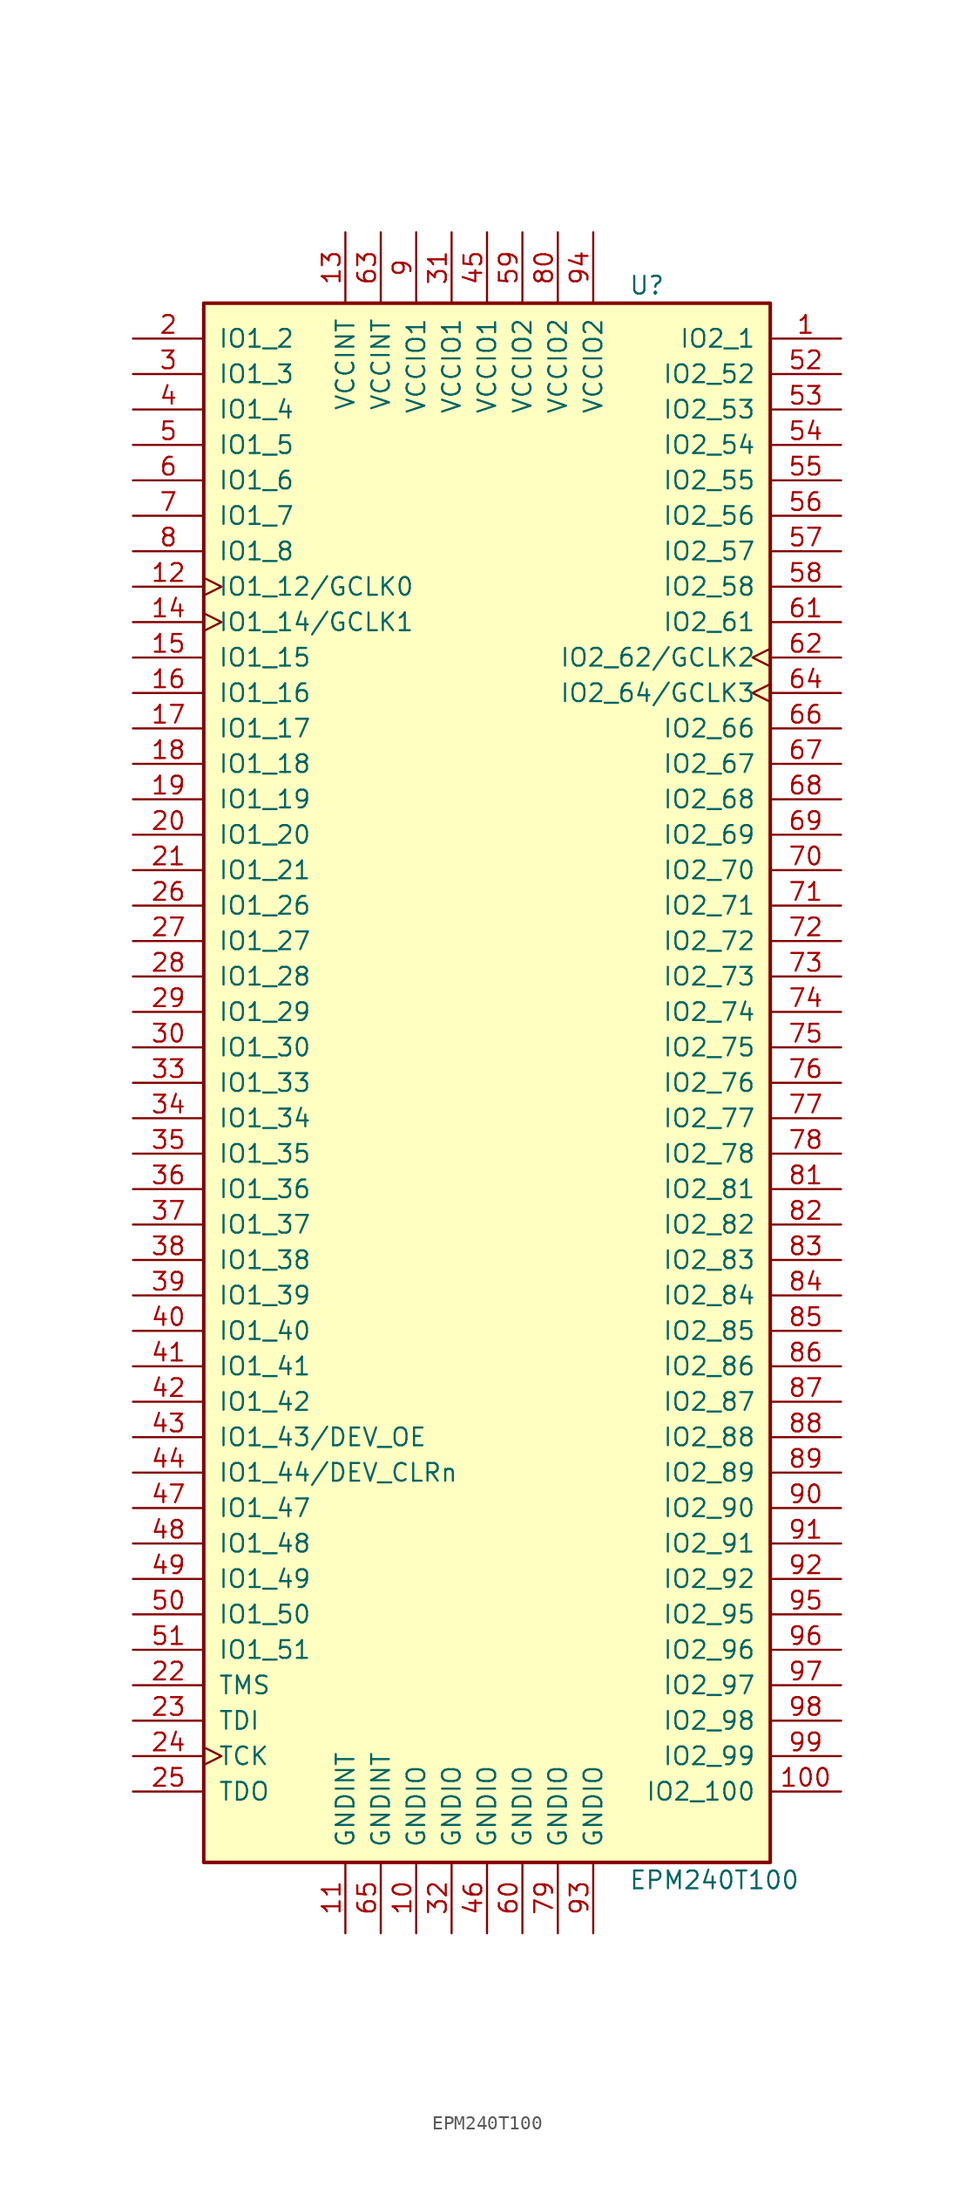
<source format=kicad_sym>
(kicad_symbol_lib
  (version 20241209)
  (generator "kicad_symbol_editor")
  (generator_version "9.0")
  (symbol "EPM240T100"
    (pin_names
      (offset 1.016))
    (property "Reference" "U"
      (at 10.16 57.15 0)
      (effects (font (size 1.27 1.27)) (justify left)))
    (property "Value" "EPM240T100"
      (at 10.16 -57.15 0)
      (effects (font (size 1.27 1.27)) (justify left)))
    (property "ki_locked" ""
      (at 0 0 0)
      (effects (font (size 1.27 1.27))))
    (symbol "EPM240T100_1_1"
      (rectangle (start -20.32 55.88) (end 20.32 -55.88) (stroke (width 0.254) (type default)) (fill (type background)))
      (pin bidirectional line (at -25.4 53.34 0) (length 5.08) (name "IO1_2" (effects (font (size 1.27 1.27)))) (number "2" (effects (font (size 1.27 1.27)))))
      (pin bidirectional line (at -25.4 50.8 0) (length 5.08) (name "IO1_3" (effects (font (size 1.27 1.27)))) (number "3" (effects (font (size 1.27 1.27)))))
      (pin bidirectional line (at -25.4 48.26 0) (length 5.08) (name "IO1_4" (effects (font (size 1.27 1.27)))) (number "4" (effects (font (size 1.27 1.27)))))
      (pin bidirectional line (at -25.4 45.72 0) (length 5.08) (name "IO1_5" (effects (font (size 1.27 1.27)))) (number "5" (effects (font (size 1.27 1.27)))))
      (pin bidirectional line (at -25.4 43.18 0) (length 5.08) (name "IO1_6" (effects (font (size 1.27 1.27)))) (number "6" (effects (font (size 1.27 1.27)))))
      (pin bidirectional line (at -25.4 40.64 0) (length 5.08) (name "IO1_7" (effects (font (size 1.27 1.27)))) (number "7" (effects (font (size 1.27 1.27)))))
      (pin bidirectional line (at -25.4 38.1 0) (length 5.08) (name "IO1_8" (effects (font (size 1.27 1.27)))) (number "8" (effects (font (size 1.27 1.27)))))
      (pin bidirectional clock (at -25.4 35.56 0) (length 5.08) (name "IO1_12/GCLK0" (effects (font (size 1.27 1.27)))) (number "12" (effects (font (size 1.27 1.27)))))
      (pin bidirectional clock (at -25.4 33.02 0) (length 5.08) (name "IO1_14/GCLK1" (effects (font (size 1.27 1.27)))) (number "14" (effects (font (size 1.27 1.27)))))
      (pin bidirectional line (at -25.4 30.48 0) (length 5.08) (name "IO1_15" (effects (font (size 1.27 1.27)))) (number "15" (effects (font (size 1.27 1.27)))))
      (pin bidirectional line (at -25.4 27.94 0) (length 5.08) (name "IO1_16" (effects (font (size 1.27 1.27)))) (number "16" (effects (font (size 1.27 1.27)))))
      (pin bidirectional line (at -25.4 25.4 0) (length 5.08) (name "IO1_17" (effects (font (size 1.27 1.27)))) (number "17" (effects (font (size 1.27 1.27)))))
      (pin bidirectional line (at -25.4 22.86 0) (length 5.08) (name "IO1_18" (effects (font (size 1.27 1.27)))) (number "18" (effects (font (size 1.27 1.27)))))
      (pin bidirectional line (at -25.4 20.32 0) (length 5.08) (name "IO1_19" (effects (font (size 1.27 1.27)))) (number "19" (effects (font (size 1.27 1.27)))))
      (pin bidirectional line (at -25.4 17.78 0) (length 5.08) (name "IO1_20" (effects (font (size 1.27 1.27)))) (number "20" (effects (font (size 1.27 1.27)))))
      (pin bidirectional line (at -25.4 15.24 0) (length 5.08) (name "IO1_21" (effects (font (size 1.27 1.27)))) (number "21" (effects (font (size 1.27 1.27)))))
      (pin bidirectional line (at -25.4 12.7 0) (length 5.08) (name "IO1_26" (effects (font (size 1.27 1.27)))) (number "26" (effects (font (size 1.27 1.27)))))
      (pin bidirectional line (at -25.4 10.16 0) (length 5.08) (name "IO1_27" (effects (font (size 1.27 1.27)))) (number "27" (effects (font (size 1.27 1.27)))))
      (pin bidirectional line (at -25.4 7.62 0) (length 5.08) (name "IO1_28" (effects (font (size 1.27 1.27)))) (number "28" (effects (font (size 1.27 1.27)))))
      (pin bidirectional line (at -25.4 5.08 0) (length 5.08) (name "IO1_29" (effects (font (size 1.27 1.27)))) (number "29" (effects (font (size 1.27 1.27)))))
      (pin bidirectional line (at -25.4 2.54 0) (length 5.08) (name "IO1_30" (effects (font (size 1.27 1.27)))) (number "30" (effects (font (size 1.27 1.27)))))
      (pin bidirectional line (at -25.4 0 0) (length 5.08) (name "IO1_33" (effects (font (size 1.27 1.27)))) (number "33" (effects (font (size 1.27 1.27)))))
      (pin bidirectional line (at -25.4 -2.54 0) (length 5.08) (name "IO1_34" (effects (font (size 1.27 1.27)))) (number "34" (effects (font (size 1.27 1.27)))))
      (pin bidirectional line (at -25.4 -5.08 0) (length 5.08) (name "IO1_35" (effects (font (size 1.27 1.27)))) (number "35" (effects (font (size 1.27 1.27)))))
      (pin bidirectional line (at -25.4 -7.62 0) (length 5.08) (name "IO1_36" (effects (font (size 1.27 1.27)))) (number "36" (effects (font (size 1.27 1.27)))))
      (pin bidirectional line (at -25.4 -10.16 0) (length 5.08) (name "IO1_37" (effects (font (size 1.27 1.27)))) (number "37" (effects (font (size 1.27 1.27)))))
      (pin bidirectional line (at -25.4 -12.7 0) (length 5.08) (name "IO1_38" (effects (font (size 1.27 1.27)))) (number "38" (effects (font (size 1.27 1.27)))))
      (pin bidirectional line (at -25.4 -15.24 0) (length 5.08) (name "IO1_39" (effects (font (size 1.27 1.27)))) (number "39" (effects (font (size 1.27 1.27)))))
      (pin bidirectional line (at -25.4 -17.78 0) (length 5.08) (name "IO1_40" (effects (font (size 1.27 1.27)))) (number "40" (effects (font (size 1.27 1.27)))))
      (pin bidirectional line (at -25.4 -20.32 0) (length 5.08) (name "IO1_41" (effects (font (size 1.27 1.27)))) (number "41" (effects (font (size 1.27 1.27)))))
      (pin bidirectional line (at -25.4 -22.86 0) (length 5.08) (name "IO1_42" (effects (font (size 1.27 1.27)))) (number "42" (effects (font (size 1.27 1.27)))))
      (pin bidirectional line (at -25.4 -25.4 0) (length 5.08) (name "IO1_43/DEV_OE" (effects (font (size 1.27 1.27)))) (number "43" (effects (font (size 1.27 1.27)))))
      (pin bidirectional line (at -25.4 -27.94 0) (length 5.08) (name "IO1_44/DEV_CLRn" (effects (font (size 1.27 1.27)))) (number "44" (effects (font (size 1.27 1.27)))))
      (pin bidirectional line (at -25.4 -30.48 0) (length 5.08) (name "IO1_47" (effects (font (size 1.27 1.27)))) (number "47" (effects (font (size 1.27 1.27)))))
      (pin bidirectional line (at -25.4 -33.02 0) (length 5.08) (name "IO1_48" (effects (font (size 1.27 1.27)))) (number "48" (effects (font (size 1.27 1.27)))))
      (pin bidirectional line (at -25.4 -35.56 0) (length 5.08) (name "IO1_49" (effects (font (size 1.27 1.27)))) (number "49" (effects (font (size 1.27 1.27)))))
      (pin bidirectional line (at -25.4 -38.1 0) (length 5.08) (name "IO1_50" (effects (font (size 1.27 1.27)))) (number "50" (effects (font (size 1.27 1.27)))))
      (pin bidirectional line (at -25.4 -40.64 0) (length 5.08) (name "IO1_51" (effects (font (size 1.27 1.27)))) (number "51" (effects (font (size 1.27 1.27)))))
      (pin input line (at -25.4 -43.18 0) (length 5.08) (name "TMS" (effects (font (size 1.27 1.27)))) (number "22" (effects (font (size 1.27 1.27)))))
      (pin input line (at -25.4 -45.72 0) (length 5.08) (name "TDI" (effects (font (size 1.27 1.27)))) (number "23" (effects (font (size 1.27 1.27)))))
      (pin input clock (at -25.4 -48.26 0) (length 5.08) (name "TCK" (effects (font (size 1.27 1.27)))) (number "24" (effects (font (size 1.27 1.27)))))
      (pin output line (at -25.4 -50.8 0) (length 5.08) (name "TDO" (effects (font (size 1.27 1.27)))) (number "25" (effects (font (size 1.27 1.27)))))
      (pin power_in line (at -10.16 60.96 270) (length 5.08) (name "VCCINT" (effects (font (size 1.27 1.27)))) (number "13" (effects (font (size 1.27 1.27)))))
      (pin power_in line (at -10.16 -60.96 90) (length 5.08) (name "GNDINT" (effects (font (size 1.27 1.27)))) (number "11" (effects (font (size 1.27 1.27)))))
      (pin power_in line (at -7.62 60.96 270) (length 5.08) (name "VCCINT" (effects (font (size 1.27 1.27)))) (number "63" (effects (font (size 1.27 1.27)))))
      (pin power_in line (at -7.62 -60.96 90) (length 5.08) (name "GNDINT" (effects (font (size 1.27 1.27)))) (number "65" (effects (font (size 1.27 1.27)))))
      (pin power_in line (at -5.08 60.96 270) (length 5.08) (name "VCCIO1" (effects (font (size 1.27 1.27)))) (number "9" (effects (font (size 1.27 1.27)))))
      (pin power_in line (at -5.08 -60.96 90) (length 5.08) (name "GNDIO" (effects (font (size 1.27 1.27)))) (number "10" (effects (font (size 1.27 1.27)))))
      (pin power_in line (at -2.54 60.96 270) (length 5.08) (name "VCCIO1" (effects (font (size 1.27 1.27)))) (number "31" (effects (font (size 1.27 1.27)))))
      (pin power_in line (at -2.54 -60.96 90) (length 5.08) (name "GNDIO" (effects (font (size 1.27 1.27)))) (number "32" (effects (font (size 1.27 1.27)))))
      (pin power_in line (at 0 60.96 270) (length 5.08) (name "VCCIO1" (effects (font (size 1.27 1.27)))) (number "45" (effects (font (size 1.27 1.27)))))
      (pin power_in line (at 0 -60.96 90) (length 5.08) (name "GNDIO" (effects (font (size 1.27 1.27)))) (number "46" (effects (font (size 1.27 1.27)))))
      (pin power_in line (at 2.54 60.96 270) (length 5.08) (name "VCCIO2" (effects (font (size 1.27 1.27)))) (number "59" (effects (font (size 1.27 1.27)))))
      (pin power_in line (at 2.54 -60.96 90) (length 5.08) (name "GNDIO" (effects (font (size 1.27 1.27)))) (number "60" (effects (font (size 1.27 1.27)))))
      (pin power_in line (at 5.08 60.96 270) (length 5.08) (name "VCCIO2" (effects (font (size 1.27 1.27)))) (number "80" (effects (font (size 1.27 1.27)))))
      (pin power_in line (at 5.08 -60.96 90) (length 5.08) (name "GNDIO" (effects (font (size 1.27 1.27)))) (number "79" (effects (font (size 1.27 1.27)))))
      (pin power_in line (at 7.62 60.96 270) (length 5.08) (name "VCCIO2" (effects (font (size 1.27 1.27)))) (number "94" (effects (font (size 1.27 1.27)))))
      (pin power_in line (at 7.62 -60.96 90) (length 5.08) (name "GNDIO" (effects (font (size 1.27 1.27)))) (number "93" (effects (font (size 1.27 1.27)))))
      (pin bidirectional line (at 25.4 53.34 180) (length 5.08) (name "IO2_1" (effects (font (size 1.27 1.27)))) (number "1" (effects (font (size 1.27 1.27)))))
      (pin bidirectional line (at 25.4 50.8 180) (length 5.08) (name "IO2_52" (effects (font (size 1.27 1.27)))) (number "52" (effects (font (size 1.27 1.27)))))
      (pin bidirectional line (at 25.4 48.26 180) (length 5.08) (name "IO2_53" (effects (font (size 1.27 1.27)))) (number "53" (effects (font (size 1.27 1.27)))))
      (pin bidirectional line (at 25.4 45.72 180) (length 5.08) (name "IO2_54" (effects (font (size 1.27 1.27)))) (number "54" (effects (font (size 1.27 1.27)))))
      (pin bidirectional line (at 25.4 43.18 180) (length 5.08) (name "IO2_55" (effects (font (size 1.27 1.27)))) (number "55" (effects (font (size 1.27 1.27)))))
      (pin bidirectional line (at 25.4 40.64 180) (length 5.08) (name "IO2_56" (effects (font (size 1.27 1.27)))) (number "56" (effects (font (size 1.27 1.27)))))
      (pin bidirectional line (at 25.4 38.1 180) (length 5.08) (name "IO2_57" (effects (font (size 1.27 1.27)))) (number "57" (effects (font (size 1.27 1.27)))))
      (pin bidirectional line (at 25.4 35.56 180) (length 5.08) (name "IO2_58" (effects (font (size 1.27 1.27)))) (number "58" (effects (font (size 1.27 1.27)))))
      (pin bidirectional line (at 25.4 33.02 180) (length 5.08) (name "IO2_61" (effects (font (size 1.27 1.27)))) (number "61" (effects (font (size 1.27 1.27)))))
      (pin bidirectional clock (at 25.4 30.48 180) (length 5.08) (name "IO2_62/GCLK2" (effects (font (size 1.27 1.27)))) (number "62" (effects (font (size 1.27 1.27)))))
      (pin bidirectional clock (at 25.4 27.94 180) (length 5.08) (name "IO2_64/GCLK3" (effects (font (size 1.27 1.27)))) (number "64" (effects (font (size 1.27 1.27)))))
      (pin bidirectional line (at 25.4 25.4 180) (length 5.08) (name "IO2_66" (effects (font (size 1.27 1.27)))) (number "66" (effects (font (size 1.27 1.27)))))
      (pin bidirectional line (at 25.4 22.86 180) (length 5.08) (name "IO2_67" (effects (font (size 1.27 1.27)))) (number "67" (effects (font (size 1.27 1.27)))))
      (pin bidirectional line (at 25.4 20.32 180) (length 5.08) (name "IO2_68" (effects (font (size 1.27 1.27)))) (number "68" (effects (font (size 1.27 1.27)))))
      (pin bidirectional line (at 25.4 17.78 180) (length 5.08) (name "IO2_69" (effects (font (size 1.27 1.27)))) (number "69" (effects (font (size 1.27 1.27)))))
      (pin bidirectional line (at 25.4 15.24 180) (length 5.08) (name "IO2_70" (effects (font (size 1.27 1.27)))) (number "70" (effects (font (size 1.27 1.27)))))
      (pin bidirectional line (at 25.4 12.7 180) (length 5.08) (name "IO2_71" (effects (font (size 1.27 1.27)))) (number "71" (effects (font (size 1.27 1.27)))))
      (pin bidirectional line (at 25.4 10.16 180) (length 5.08) (name "IO2_72" (effects (font (size 1.27 1.27)))) (number "72" (effects (font (size 1.27 1.27)))))
      (pin bidirectional line (at 25.4 7.62 180) (length 5.08) (name "IO2_73" (effects (font (size 1.27 1.27)))) (number "73" (effects (font (size 1.27 1.27)))))
      (pin bidirectional line (at 25.4 5.08 180) (length 5.08) (name "IO2_74" (effects (font (size 1.27 1.27)))) (number "74" (effects (font (size 1.27 1.27)))))
      (pin bidirectional line (at 25.4 2.54 180) (length 5.08) (name "IO2_75" (effects (font (size 1.27 1.27)))) (number "75" (effects (font (size 1.27 1.27)))))
      (pin bidirectional line (at 25.4 0 180) (length 5.08) (name "IO2_76" (effects (font (size 1.27 1.27)))) (number "76" (effects (font (size 1.27 1.27)))))
      (pin bidirectional line (at 25.4 -2.54 180) (length 5.08) (name "IO2_77" (effects (font (size 1.27 1.27)))) (number "77" (effects (font (size 1.27 1.27)))))
      (pin bidirectional line (at 25.4 -5.08 180) (length 5.08) (name "IO2_78" (effects (font (size 1.27 1.27)))) (number "78" (effects (font (size 1.27 1.27)))))
      (pin bidirectional line (at 25.4 -7.62 180) (length 5.08) (name "IO2_81" (effects (font (size 1.27 1.27)))) (number "81" (effects (font (size 1.27 1.27)))))
      (pin bidirectional line (at 25.4 -10.16 180) (length 5.08) (name "IO2_82" (effects (font (size 1.27 1.27)))) (number "82" (effects (font (size 1.27 1.27)))))
      (pin bidirectional line (at 25.4 -12.7 180) (length 5.08) (name "IO2_83" (effects (font (size 1.27 1.27)))) (number "83" (effects (font (size 1.27 1.27)))))
      (pin bidirectional line (at 25.4 -15.24 180) (length 5.08) (name "IO2_84" (effects (font (size 1.27 1.27)))) (number "84" (effects (font (size 1.27 1.27)))))
      (pin bidirectional line (at 25.4 -17.78 180) (length 5.08) (name "IO2_85" (effects (font (size 1.27 1.27)))) (number "85" (effects (font (size 1.27 1.27)))))
      (pin bidirectional line (at 25.4 -20.32 180) (length 5.08) (name "IO2_86" (effects (font (size 1.27 1.27)))) (number "86" (effects (font (size 1.27 1.27)))))
      (pin bidirectional line (at 25.4 -22.86 180) (length 5.08) (name "IO2_87" (effects (font (size 1.27 1.27)))) (number "87" (effects (font (size 1.27 1.27)))))
      (pin bidirectional line (at 25.4 -25.4 180) (length 5.08) (name "IO2_88" (effects (font (size 1.27 1.27)))) (number "88" (effects (font (size 1.27 1.27)))))
      (pin bidirectional line (at 25.4 -27.94 180) (length 5.08) (name "IO2_89" (effects (font (size 1.27 1.27)))) (number "89" (effects (font (size 1.27 1.27)))))
      (pin bidirectional line (at 25.4 -30.48 180) (length 5.08) (name "IO2_90" (effects (font (size 1.27 1.27)))) (number "90" (effects (font (size 1.27 1.27)))))
      (pin bidirectional line (at 25.4 -33.02 180) (length 5.08) (name "IO2_91" (effects (font (size 1.27 1.27)))) (number "91" (effects (font (size 1.27 1.27)))))
      (pin bidirectional line (at 25.4 -35.56 180) (length 5.08) (name "IO2_92" (effects (font (size 1.27 1.27)))) (number "92" (effects (font (size 1.27 1.27)))))
      (pin bidirectional line (at 25.4 -38.1 180) (length 5.08) (name "IO2_95" (effects (font (size 1.27 1.27)))) (number "95" (effects (font (size 1.27 1.27)))))
      (pin bidirectional line (at 25.4 -40.64 180) (length 5.08) (name "IO2_96" (effects (font (size 1.27 1.27)))) (number "96" (effects (font (size 1.27 1.27)))))
      (pin bidirectional line (at 25.4 -43.18 180) (length 5.08) (name "IO2_97" (effects (font (size 1.27 1.27)))) (number "97" (effects (font (size 1.27 1.27)))))
      (pin bidirectional line (at 25.4 -45.72 180) (length 5.08) (name "IO2_98" (effects (font (size 1.27 1.27)))) (number "98" (effects (font (size 1.27 1.27)))))
      (pin bidirectional line (at 25.4 -48.26 180) (length 5.08) (name "IO2_99" (effects (font (size 1.27 1.27)))) (number "99" (effects (font (size 1.27 1.27)))))
      (pin bidirectional line (at 25.4 -50.8 180) (length 5.08) (name "IO2_100" (effects (font (size 1.27 1.27)))) (number "100" (effects (font (size 1.27 1.27))))))))
</source>
